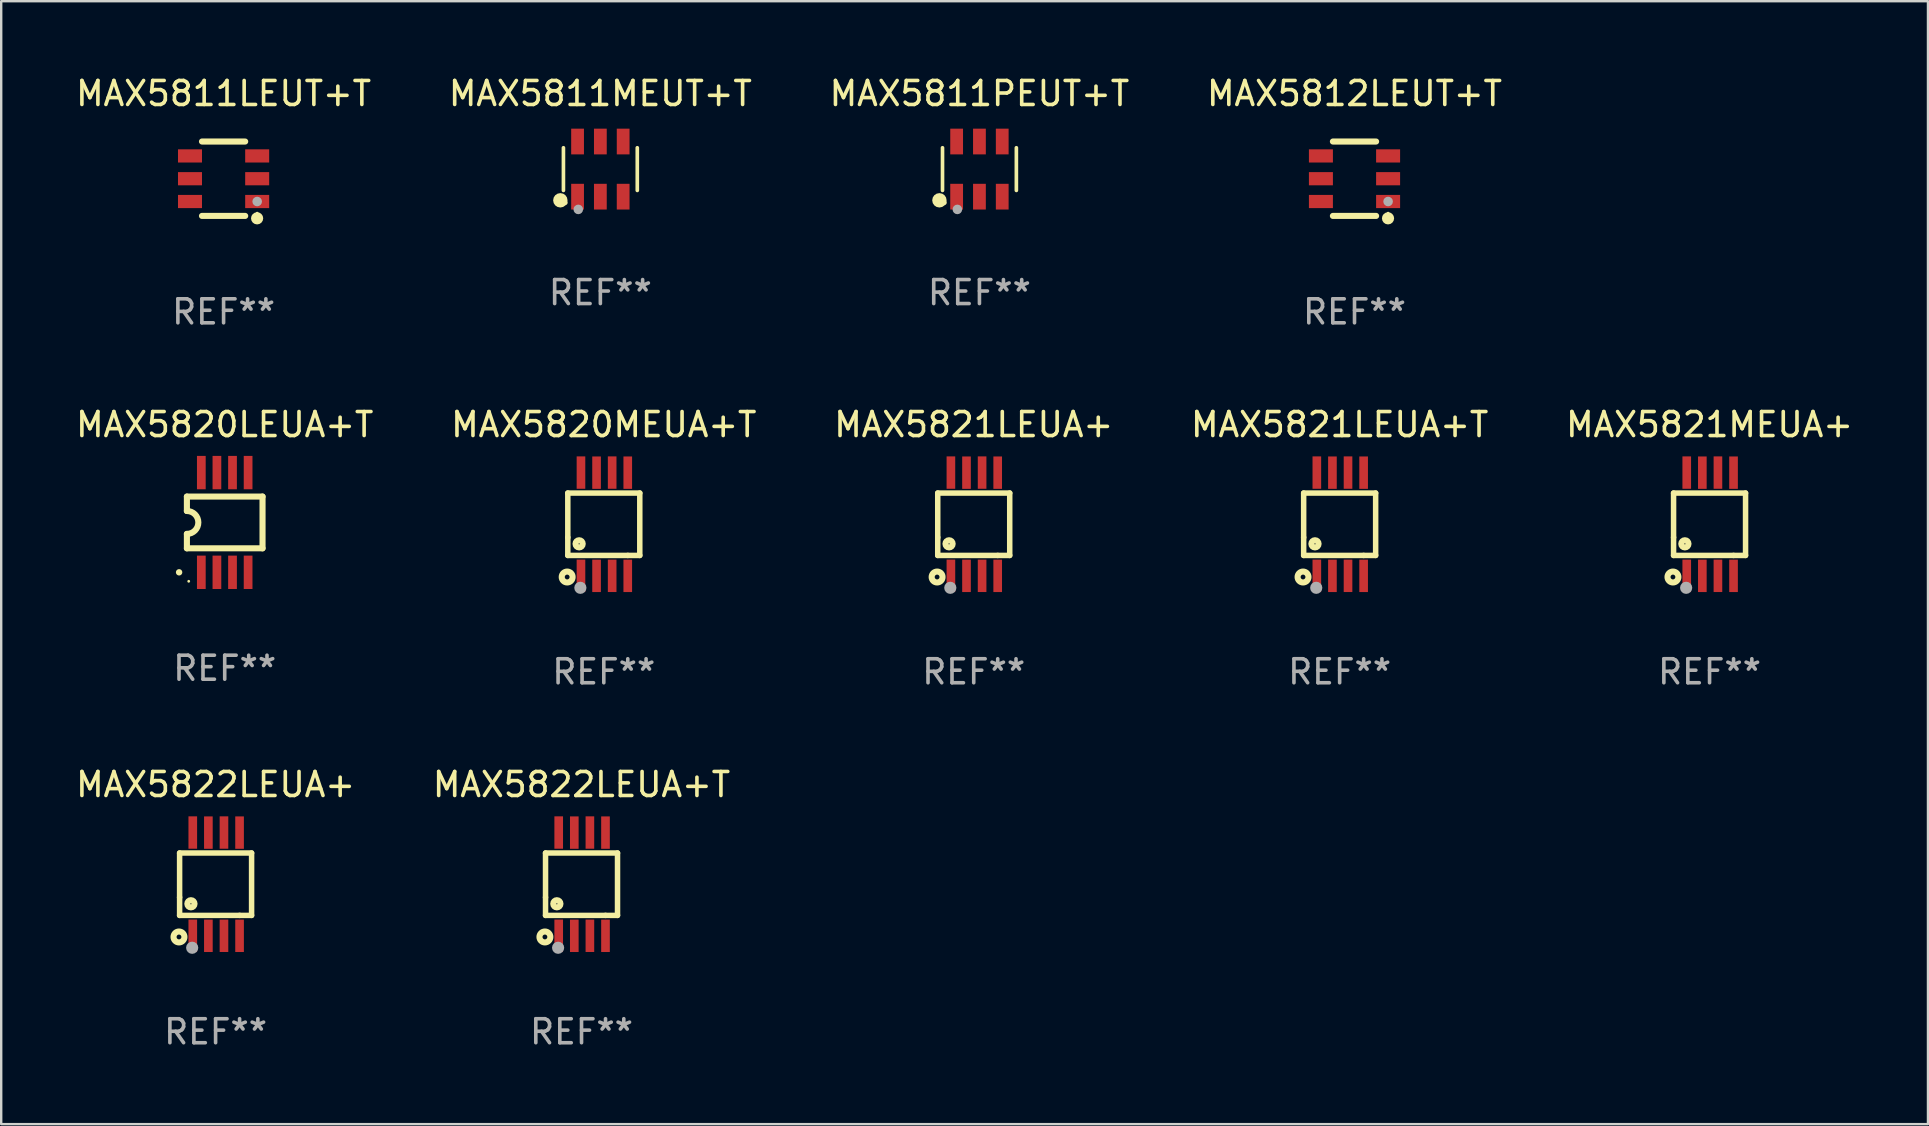
<source format=kicad_pcb>
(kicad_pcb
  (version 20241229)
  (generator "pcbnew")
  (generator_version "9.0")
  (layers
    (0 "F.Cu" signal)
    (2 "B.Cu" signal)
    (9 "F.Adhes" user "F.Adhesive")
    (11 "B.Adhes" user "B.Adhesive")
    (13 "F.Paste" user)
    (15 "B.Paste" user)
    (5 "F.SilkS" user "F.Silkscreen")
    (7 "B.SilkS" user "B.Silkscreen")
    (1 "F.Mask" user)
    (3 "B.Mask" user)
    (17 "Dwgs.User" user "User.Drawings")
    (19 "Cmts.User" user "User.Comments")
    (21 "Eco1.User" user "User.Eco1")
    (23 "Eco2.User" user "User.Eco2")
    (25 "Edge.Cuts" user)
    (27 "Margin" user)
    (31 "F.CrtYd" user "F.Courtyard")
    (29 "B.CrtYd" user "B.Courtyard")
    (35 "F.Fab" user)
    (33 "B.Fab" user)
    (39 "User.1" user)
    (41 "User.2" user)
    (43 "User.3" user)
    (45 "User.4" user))
  (footprint "MAX5821LEUA+"
    (layer "F.Cu")
    (at 37.53 18.797)
    (property "Reference" "MAX5821LEUA+" (at 0 -4.152 0) (layer "F.SilkS") (effects (font (size 1 1) (thickness 0.15))))
    (attr through_hole)
    (fp_line (start -1.5 1.301) (end 1 1.301) (stroke (width 0.229) (type solid)) (layer "F.SilkS"))
    (fp_line (start -1.5 -1.299) (end -1.5 0.551) (stroke (width 0.229) (type solid)) (layer "F.SilkS"))
    (fp_line (start -1.5 0.551) (end -1.5 1.301) (stroke (width 0.229) (type solid)) (layer "F.SilkS"))
    (fp_line (start 1 1.301) (end 1.5 1.301) (stroke (width 0.229) (type solid)) (layer "F.SilkS"))
    (fp_line (start 1.5 1.301) (end 1.5 -1.299) (stroke (width 0.229) (type solid)) (layer "F.SilkS"))
    (fp_line (start 1.5 -1.299) (end -1.5 -1.299) (stroke (width 0.229) (type solid)) (layer "F.SilkS"))
    (fp_circle (center -1.526 2.2) (end -1.426 2.2) (stroke (width 0.254) (type solid)) (fill no) (layer "F.SilkS"))
    (fp_circle (center -1.476 2.45) (end -1.446 2.45) (stroke (width 0.06) (type solid)) (fill no) (layer "F.SilkS"))
    (fp_circle (center -1.028 0.817) (end -0.878 0.817) (stroke (width 0.254) (type solid)) (fill no) (layer "F.SilkS"))
    (fp_circle (center -0.976 2.65) (end -0.849 2.65) (stroke (width 0.254) (type solid)) (fill no) (layer "F.Fab"))
    (fp_text user "REF**" (at 0 6.152 0) (layer "F.Fab") (effects (font (size 1 1) (thickness 0.15))))
    (pad "1" smd rect (at -0.951 2.15) (size 0.36 1.35) (layers "F.Cu" "F.Mask" "F.Paste"))
    (pad "2" smd rect (at -0.301 2.152) (size 0.36 1.35) (layers "F.Cu" "F.Mask" "F.Paste"))
    (pad "3" smd rect (at 0.349 2.151) (size 0.36 1.35) (layers "F.Cu" "F.Mask" "F.Paste"))
    (pad "4" smd rect (at 0.999 2.152) (size 0.36 1.35) (layers "F.Cu" "F.Mask" "F.Paste"))
    (pad "5" smd rect (at 0.999 -2.149) (size 0.36 1.35) (layers "F.Cu" "F.Mask" "F.Paste"))
    (pad "6" smd rect (at 0.349 -2.152) (size 0.36 1.35) (layers "F.Cu" "F.Mask" "F.Paste"))
    (pad "7" smd rect (at -0.301 -2.149) (size 0.36 1.35) (layers "F.Cu" "F.Mask" "F.Paste"))
    (pad "8" smd rect (at -0.951 -2.152) (size 0.36 1.35) (layers "F.Cu" "F.Mask" "F.Paste")))
  (footprint "MAX5812LEUT+T"
    (layer "F.Cu")
    (at 53.399 4.398)
    (property "Reference" "MAX5812LEUT+T" (at 0 -3.55 0) (layer "F.SilkS") (effects (font (size 1 1) (thickness 0.15))))
    (attr through_hole)
    (fp_line (start -0.9 -1.55) (end 0.9 -1.55) (stroke (width 0.254) (type solid)) (layer "F.SilkS"))
    (fp_line (start -0.9 1.55) (end 0.9 1.55) (stroke (width 0.254) (type solid)) (layer "F.SilkS"))
    (fp_circle (center 1.397 1.651) (end 1.524 1.651) (stroke (width 0.254) (type solid)) (fill no) (layer "F.SilkS"))
    (fp_circle (center 1.4 1.435) (end 1.43 1.435) (stroke (width 0.06) (type solid)) (fill no) (layer "F.SilkS"))
    (fp_circle (center 1.4 0.95) (end 1.5 0.95) (stroke (width 0.2) (type solid)) (fill no) (layer "F.Fab"))
    (fp_text user "REF**" (at 0 5.55 0) (layer "F.Fab") (effects (font (size 1 1) (thickness 0.15))))
    (pad "1" smd rect (at 1.4 0.95) (size 1 0.55) (layers "F.Cu" "F.Mask" "F.Paste"))
    (pad "2" smd rect (at 1.4 -0.000102) (size 1 0.55) (layers "F.Cu" "F.Mask" "F.Paste"))
    (pad "3" smd rect (at 1.4 -0.95) (size 1 0.55) (layers "F.Cu" "F.Mask" "F.Paste"))
    (pad "4" smd rect (at -1.4 -0.95) (size 1 0.55) (layers "F.Cu" "F.Mask" "F.Paste"))
    (pad "5" smd rect (at -1.4 -0.000102) (size 1 0.55) (layers "F.Cu" "F.Mask" "F.Paste"))
    (pad "6" smd rect (at -1.4 0.95) (size 1 0.55) (layers "F.Cu" "F.Mask" "F.Paste")))
  (footprint "MAX5821LEUA+T"
    (layer "F.Cu")
    (at 52.78 18.797)
    (property "Reference" "MAX5821LEUA+T" (at 0 -4.152 0) (layer "F.SilkS") (effects (font (size 1 1) (thickness 0.15))))
    (attr through_hole)
    (fp_line (start -1.5 1.301) (end 1 1.301) (stroke (width 0.229) (type solid)) (layer "F.SilkS"))
    (fp_line (start -1.5 -1.299) (end -1.5 0.551) (stroke (width 0.229) (type solid)) (layer "F.SilkS"))
    (fp_line (start -1.5 0.551) (end -1.5 1.301) (stroke (width 0.229) (type solid)) (layer "F.SilkS"))
    (fp_line (start 1 1.301) (end 1.5 1.301) (stroke (width 0.229) (type solid)) (layer "F.SilkS"))
    (fp_line (start 1.5 1.301) (end 1.5 -1.299) (stroke (width 0.229) (type solid)) (layer "F.SilkS"))
    (fp_line (start 1.5 -1.299) (end -1.5 -1.299) (stroke (width 0.229) (type solid)) (layer "F.SilkS"))
    (fp_circle (center -1.526 2.2) (end -1.426 2.2) (stroke (width 0.254) (type solid)) (fill no) (layer "F.SilkS"))
    (fp_circle (center -1.476 2.45) (end -1.446 2.45) (stroke (width 0.06) (type solid)) (fill no) (layer "F.SilkS"))
    (fp_circle (center -1.028 0.817) (end -0.878 0.817) (stroke (width 0.254) (type solid)) (fill no) (layer "F.SilkS"))
    (fp_circle (center -0.976 2.65) (end -0.849 2.65) (stroke (width 0.254) (type solid)) (fill no) (layer "F.Fab"))
    (fp_text user "REF**" (at 0 6.152 0) (layer "F.Fab") (effects (font (size 1 1) (thickness 0.15))))
    (pad "1" smd rect (at -0.951 2.15) (size 0.36 1.35) (layers "F.Cu" "F.Mask" "F.Paste"))
    (pad "2" smd rect (at -0.301 2.152) (size 0.36 1.35) (layers "F.Cu" "F.Mask" "F.Paste"))
    (pad "3" smd rect (at 0.349 2.151) (size 0.36 1.35) (layers "F.Cu" "F.Mask" "F.Paste"))
    (pad "4" smd rect (at 0.999 2.152) (size 0.36 1.35) (layers "F.Cu" "F.Mask" "F.Paste"))
    (pad "5" smd rect (at 0.999 -2.149) (size 0.36 1.35) (layers "F.Cu" "F.Mask" "F.Paste"))
    (pad "6" smd rect (at 0.349 -2.152) (size 0.36 1.35) (layers "F.Cu" "F.Mask" "F.Paste"))
    (pad "7" smd rect (at -0.301 -2.149) (size 0.36 1.35) (layers "F.Cu" "F.Mask" "F.Paste"))
    (pad "8" smd rect (at -0.951 -2.152) (size 0.36 1.35) (layers "F.Cu" "F.Mask" "F.Paste")))
  (footprint "MAX5821MEUA+"
    (layer "F.Cu")
    (at 68.196 18.797)
    (property "Reference" "MAX5821MEUA+" (at 0 -4.152 0) (layer "F.SilkS") (effects (font (size 1 1) (thickness 0.15))))
    (attr through_hole)
    (fp_line (start -1.5 1.301) (end 1 1.301) (stroke (width 0.229) (type solid)) (layer "F.SilkS"))
    (fp_line (start -1.5 -1.299) (end -1.5 0.551) (stroke (width 0.229) (type solid)) (layer "F.SilkS"))
    (fp_line (start -1.5 0.551) (end -1.5 1.301) (stroke (width 0.229) (type solid)) (layer "F.SilkS"))
    (fp_line (start 1 1.301) (end 1.5 1.301) (stroke (width 0.229) (type solid)) (layer "F.SilkS"))
    (fp_line (start 1.5 1.301) (end 1.5 -1.299) (stroke (width 0.229) (type solid)) (layer "F.SilkS"))
    (fp_line (start 1.5 -1.299) (end -1.5 -1.299) (stroke (width 0.229) (type solid)) (layer "F.SilkS"))
    (fp_circle (center -1.526 2.2) (end -1.426 2.2) (stroke (width 0.254) (type solid)) (fill no) (layer "F.SilkS"))
    (fp_circle (center -1.476 2.45) (end -1.446 2.45) (stroke (width 0.06) (type solid)) (fill no) (layer "F.SilkS"))
    (fp_circle (center -1.028 0.817) (end -0.878 0.817) (stroke (width 0.254) (type solid)) (fill no) (layer "F.SilkS"))
    (fp_circle (center -0.976 2.65) (end -0.849 2.65) (stroke (width 0.254) (type solid)) (fill no) (layer "F.Fab"))
    (fp_text user "REF**" (at 0 6.152 0) (layer "F.Fab") (effects (font (size 1 1) (thickness 0.15))))
    (pad "1" smd rect (at -0.951 2.15) (size 0.36 1.35) (layers "F.Cu" "F.Mask" "F.Paste"))
    (pad "2" smd rect (at -0.301 2.152) (size 0.36 1.35) (layers "F.Cu" "F.Mask" "F.Paste"))
    (pad "3" smd rect (at 0.349 2.151) (size 0.36 1.35) (layers "F.Cu" "F.Mask" "F.Paste"))
    (pad "4" smd rect (at 0.999 2.152) (size 0.36 1.35) (layers "F.Cu" "F.Mask" "F.Paste"))
    (pad "5" smd rect (at 0.999 -2.149) (size 0.36 1.35) (layers "F.Cu" "F.Mask" "F.Paste"))
    (pad "6" smd rect (at 0.349 -2.152) (size 0.36 1.35) (layers "F.Cu" "F.Mask" "F.Paste"))
    (pad "7" smd rect (at -0.301 -2.149) (size 0.36 1.35) (layers "F.Cu" "F.Mask" "F.Paste"))
    (pad "8" smd rect (at -0.951 -2.152) (size 0.36 1.35) (layers "F.Cu" "F.Mask" "F.Paste")))
  (footprint "MAX5811PEUT+T"
    (layer "F.Cu")
    (at 37.768 3.997)
    (property "Reference" "MAX5811PEUT+T" (at 0 -3.149 0) (layer "F.SilkS") (effects (font (size 1 1) (thickness 0.15))))
    (attr through_hole)
    (fp_line (start -1.539 0.889) (end -1.539 -0.889) (stroke (width 0.152) (type solid)) (layer "F.SilkS"))
    (fp_line (start 1.539 0.889) (end 1.539 -0.889) (stroke (width 0.152) (type solid)) (layer "F.SilkS"))
    (fp_circle (center -1.668 1.301) (end -1.518 1.301) (stroke (width 0.3) (type solid)) (fill no) (layer "F.SilkS"))
    (fp_circle (center -1.463 1.4) (end -1.413 1.4) (stroke (width 0.1) (type solid)) (fill no) (layer "F.SilkS"))
    (fp_circle (center -0.92 1.68) (end -0.82 1.68) (stroke (width 0.2) (type solid)) (fill no) (layer "F.Fab"))
    (fp_text user "REF**" (at 0 5.149 0) (layer "F.Fab") (effects (font (size 1 1) (thickness 0.15))))
    (pad "1" smd rect (at -0.95 1.149) (size 0.532 1.072) (layers "F.Cu" "F.Mask" "F.Paste"))
    (pad "2" smd rect (at 0 1.149) (size 0.532 1.072) (layers "F.Cu" "F.Mask" "F.Paste"))
    (pad "3" smd rect (at 0.95 1.149) (size 0.532 1.072) (layers "F.Cu" "F.Mask" "F.Paste"))
    (pad "4" smd rect (at 0.95 -1.149) (size 0.532 1.072) (layers "F.Cu" "F.Mask" "F.Paste"))
    (pad "5" smd rect (at 0 -1.149) (size 0.532 1.072) (layers "F.Cu" "F.Mask" "F.Paste"))
    (pad "6" smd rect (at -0.95 -1.149) (size 0.532 1.072) (layers "F.Cu" "F.Mask" "F.Paste")))
  (footprint "MAX5820LEUA+T"
    (layer "F.Cu")
    (at 6.315 18.723)
    (property "Reference" "MAX5820LEUA+T" (at 0 -4.078 0) (layer "F.SilkS") (effects (font (size 1 1) (thickness 0.15))))
    (attr through_hole)
    (fp_line (start -1.576 -1.078) (end -1.576 -0.478) (stroke (width 0.254) (type solid)) (layer "F.SilkS"))
    (fp_line (start -1.576 -1.078) (end 1.576 -1.078) (stroke (width 0.254) (type solid)) (layer "F.SilkS"))
    (fp_line (start -1.576 1.078) (end -1.576 0.478) (stroke (width 0.254) (type solid)) (layer "F.SilkS"))
    (fp_line (start 1.576 -1.078) (end 1.576 1.078) (stroke (width 0.254) (type solid)) (layer "F.SilkS"))
    (fp_line (start 1.576 1.078) (end -1.576 1.078) (stroke (width 0.254) (type solid)) (layer "F.SilkS"))
    (fp_arc (start -1.577343 -0.47752) (mid -1.099721 -0.000481) (end -1.5762 0.477699) (stroke (width 0.254001) (type solid)) (layer "F.SilkS"))
    (fp_circle (center -1.901 2.078) (end -1.834 2.078) (stroke (width 0.134) (type solid)) (fill no) (layer "F.SilkS"))
    (fp_circle (center -1.5 2.452) (end -1.47 2.452) (stroke (width 0.06) (type solid)) (fill no) (layer "F.SilkS"))
    (fp_text user "REF**" (at 0 6.078 0) (layer "F.Fab") (effects (font (size 1 1) (thickness 0.15))))
    (pad "1" smd rect (at -0.975 2.078) (size 0.364 1.391) (layers "F.Cu" "F.Mask" "F.Paste"))
    (pad "2" smd rect (at -0.325 2.078) (size 0.364 1.391) (layers "F.Cu" "F.Mask" "F.Paste"))
    (pad "3" smd rect (at 0.325 2.078) (size 0.364 1.391) (layers "F.Cu" "F.Mask" "F.Paste"))
    (pad "4" smd rect (at 0.975 2.078) (size 0.364 1.391) (layers "F.Cu" "F.Mask" "F.Paste"))
    (pad "5" smd rect (at 0.975 -2.078) (size 0.364 1.391) (layers "F.Cu" "F.Mask" "F.Paste"))
    (pad "6" smd rect (at 0.325 -2.078) (size 0.364 1.391) (layers "F.Cu" "F.Mask" "F.Paste"))
    (pad "7" smd rect (at -0.325 -2.078) (size 0.364 1.391) (layers "F.Cu" "F.Mask" "F.Paste"))
    (pad "8" smd rect (at -0.975 -2.078) (size 0.364 1.391) (layers "F.Cu" "F.Mask" "F.Paste")))
  (footprint "MAX5811MEUT+T"
    (layer "F.Cu")
    (at 21.97 3.997)
    (property "Reference" "MAX5811MEUT+T" (at 0 -3.149 0) (layer "F.SilkS") (effects (font (size 1 1) (thickness 0.15))))
    (attr through_hole)
    (fp_line (start -1.539 0.889) (end -1.539 -0.889) (stroke (width 0.152) (type solid)) (layer "F.SilkS"))
    (fp_line (start 1.539 0.889) (end 1.539 -0.889) (stroke (width 0.152) (type solid)) (layer "F.SilkS"))
    (fp_circle (center -1.668 1.301) (end -1.518 1.301) (stroke (width 0.3) (type solid)) (fill no) (layer "F.SilkS"))
    (fp_circle (center -1.463 1.4) (end -1.413 1.4) (stroke (width 0.1) (type solid)) (fill no) (layer "F.SilkS"))
    (fp_circle (center -0.92 1.68) (end -0.82 1.68) (stroke (width 0.2) (type solid)) (fill no) (layer "F.Fab"))
    (fp_text user "REF**" (at 0 5.149 0) (layer "F.Fab") (effects (font (size 1 1) (thickness 0.15))))
    (pad "1" smd rect (at -0.95 1.149) (size 0.532 1.072) (layers "F.Cu" "F.Mask" "F.Paste"))
    (pad "2" smd rect (at 0 1.149) (size 0.532 1.072) (layers "F.Cu" "F.Mask" "F.Paste"))
    (pad "3" smd rect (at 0.95 1.149) (size 0.532 1.072) (layers "F.Cu" "F.Mask" "F.Paste"))
    (pad "4" smd rect (at 0.95 -1.149) (size 0.532 1.072) (layers "F.Cu" "F.Mask" "F.Paste"))
    (pad "5" smd rect (at 0 -1.149) (size 0.532 1.072) (layers "F.Cu" "F.Mask" "F.Paste"))
    (pad "6" smd rect (at -0.95 -1.149) (size 0.532 1.072) (layers "F.Cu" "F.Mask" "F.Paste")))
  (footprint "MAX5822LEUA+"
    (layer "F.Cu")
    (at 5.935 33.798)
    (property "Reference" "MAX5822LEUA+" (at 0 -4.152 0) (layer "F.SilkS") (effects (font (size 1 1) (thickness 0.15))))
    (attr through_hole)
    (fp_line (start -1.5 1.301) (end 1 1.301) (stroke (width 0.229) (type solid)) (layer "F.SilkS"))
    (fp_line (start -1.5 -1.299) (end -1.5 0.551) (stroke (width 0.229) (type solid)) (layer "F.SilkS"))
    (fp_line (start -1.5 0.551) (end -1.5 1.301) (stroke (width 0.229) (type solid)) (layer "F.SilkS"))
    (fp_line (start 1 1.301) (end 1.5 1.301) (stroke (width 0.229) (type solid)) (layer "F.SilkS"))
    (fp_line (start 1.5 1.301) (end 1.5 -1.299) (stroke (width 0.229) (type solid)) (layer "F.SilkS"))
    (fp_line (start 1.5 -1.299) (end -1.5 -1.299) (stroke (width 0.229) (type solid)) (layer "F.SilkS"))
    (fp_circle (center -1.526 2.2) (end -1.426 2.2) (stroke (width 0.254) (type solid)) (fill no) (layer "F.SilkS"))
    (fp_circle (center -1.476 2.45) (end -1.446 2.45) (stroke (width 0.06) (type solid)) (fill no) (layer "F.SilkS"))
    (fp_circle (center -1.028 0.817) (end -0.878 0.817) (stroke (width 0.254) (type solid)) (fill no) (layer "F.SilkS"))
    (fp_circle (center -0.976 2.65) (end -0.849 2.65) (stroke (width 0.254) (type solid)) (fill no) (layer "F.Fab"))
    (fp_text user "REF**" (at 0 6.152 0) (layer "F.Fab") (effects (font (size 1 1) (thickness 0.15))))
    (pad "1" smd rect (at -0.951 2.15) (size 0.36 1.35) (layers "F.Cu" "F.Mask" "F.Paste"))
    (pad "2" smd rect (at -0.301 2.152) (size 0.36 1.35) (layers "F.Cu" "F.Mask" "F.Paste"))
    (pad "3" smd rect (at 0.349 2.151) (size 0.36 1.35) (layers "F.Cu" "F.Mask" "F.Paste"))
    (pad "4" smd rect (at 0.999 2.152) (size 0.36 1.35) (layers "F.Cu" "F.Mask" "F.Paste"))
    (pad "5" smd rect (at 0.999 -2.149) (size 0.36 1.35) (layers "F.Cu" "F.Mask" "F.Paste"))
    (pad "6" smd rect (at 0.349 -2.152) (size 0.36 1.35) (layers "F.Cu" "F.Mask" "F.Paste"))
    (pad "7" smd rect (at -0.301 -2.149) (size 0.36 1.35) (layers "F.Cu" "F.Mask" "F.Paste"))
    (pad "8" smd rect (at -0.951 -2.152) (size 0.36 1.35) (layers "F.Cu" "F.Mask" "F.Paste")))
  (footprint "MAX5822LEUA+T"
    (layer "F.Cu")
    (at 21.185 33.798)
    (property "Reference" "MAX5822LEUA+T" (at 0 -4.152 0) (layer "F.SilkS") (effects (font (size 1 1) (thickness 0.15))))
    (attr through_hole)
    (fp_line (start -1.5 1.301) (end 1 1.301) (stroke (width 0.229) (type solid)) (layer "F.SilkS"))
    (fp_line (start -1.5 -1.299) (end -1.5 0.551) (stroke (width 0.229) (type solid)) (layer "F.SilkS"))
    (fp_line (start -1.5 0.551) (end -1.5 1.301) (stroke (width 0.229) (type solid)) (layer "F.SilkS"))
    (fp_line (start 1 1.301) (end 1.5 1.301) (stroke (width 0.229) (type solid)) (layer "F.SilkS"))
    (fp_line (start 1.5 1.301) (end 1.5 -1.299) (stroke (width 0.229) (type solid)) (layer "F.SilkS"))
    (fp_line (start 1.5 -1.299) (end -1.5 -1.299) (stroke (width 0.229) (type solid)) (layer "F.SilkS"))
    (fp_circle (center -1.526 2.2) (end -1.426 2.2) (stroke (width 0.254) (type solid)) (fill no) (layer "F.SilkS"))
    (fp_circle (center -1.476 2.45) (end -1.446 2.45) (stroke (width 0.06) (type solid)) (fill no) (layer "F.SilkS"))
    (fp_circle (center -1.028 0.817) (end -0.878 0.817) (stroke (width 0.254) (type solid)) (fill no) (layer "F.SilkS"))
    (fp_circle (center -0.976 2.65) (end -0.849 2.65) (stroke (width 0.254) (type solid)) (fill no) (layer "F.Fab"))
    (fp_text user "REF**" (at 0 6.152 0) (layer "F.Fab") (effects (font (size 1 1) (thickness 0.15))))
    (pad "1" smd rect (at -0.951 2.15) (size 0.36 1.35) (layers "F.Cu" "F.Mask" "F.Paste"))
    (pad "2" smd rect (at -0.301 2.152) (size 0.36 1.35) (layers "F.Cu" "F.Mask" "F.Paste"))
    (pad "3" smd rect (at 0.349 2.151) (size 0.36 1.35) (layers "F.Cu" "F.Mask" "F.Paste"))
    (pad "4" smd rect (at 0.999 2.152) (size 0.36 1.35) (layers "F.Cu" "F.Mask" "F.Paste"))
    (pad "5" smd rect (at 0.999 -2.149) (size 0.36 1.35) (layers "F.Cu" "F.Mask" "F.Paste"))
    (pad "6" smd rect (at 0.349 -2.152) (size 0.36 1.35) (layers "F.Cu" "F.Mask" "F.Paste"))
    (pad "7" smd rect (at -0.301 -2.149) (size 0.36 1.35) (layers "F.Cu" "F.Mask" "F.Paste"))
    (pad "8" smd rect (at -0.951 -2.152) (size 0.36 1.35) (layers "F.Cu" "F.Mask" "F.Paste")))
  (footprint "MAX5820MEUA+T"
    (layer "F.Cu")
    (at 22.113 18.797)
    (property "Reference" "MAX5820MEUA+T" (at 0 -4.152 0) (layer "F.SilkS") (effects (font (size 1 1) (thickness 0.15))))
    (attr through_hole)
    (fp_line (start -1.5 1.301) (end 1 1.301) (stroke (width 0.229) (type solid)) (layer "F.SilkS"))
    (fp_line (start -1.5 -1.299) (end -1.5 0.551) (stroke (width 0.229) (type solid)) (layer "F.SilkS"))
    (fp_line (start -1.5 0.551) (end -1.5 1.301) (stroke (width 0.229) (type solid)) (layer "F.SilkS"))
    (fp_line (start 1 1.301) (end 1.5 1.301) (stroke (width 0.229) (type solid)) (layer "F.SilkS"))
    (fp_line (start 1.5 1.301) (end 1.5 -1.299) (stroke (width 0.229) (type solid)) (layer "F.SilkS"))
    (fp_line (start 1.5 -1.299) (end -1.5 -1.299) (stroke (width 0.229) (type solid)) (layer "F.SilkS"))
    (fp_circle (center -1.526 2.2) (end -1.426 2.2) (stroke (width 0.254) (type solid)) (fill no) (layer "F.SilkS"))
    (fp_circle (center -1.476 2.45) (end -1.446 2.45) (stroke (width 0.06) (type solid)) (fill no) (layer "F.SilkS"))
    (fp_circle (center -1.028 0.817) (end -0.878 0.817) (stroke (width 0.254) (type solid)) (fill no) (layer "F.SilkS"))
    (fp_circle (center -0.976 2.65) (end -0.849 2.65) (stroke (width 0.254) (type solid)) (fill no) (layer "F.Fab"))
    (fp_text user "REF**" (at 0 6.152 0) (layer "F.Fab") (effects (font (size 1 1) (thickness 0.15))))
    (pad "1" smd rect (at -0.951 2.15) (size 0.36 1.35) (layers "F.Cu" "F.Mask" "F.Paste"))
    (pad "2" smd rect (at -0.301 2.152) (size 0.36 1.35) (layers "F.Cu" "F.Mask" "F.Paste"))
    (pad "3" smd rect (at 0.349 2.151) (size 0.36 1.35) (layers "F.Cu" "F.Mask" "F.Paste"))
    (pad "4" smd rect (at 0.999 2.152) (size 0.36 1.35) (layers "F.Cu" "F.Mask" "F.Paste"))
    (pad "5" smd rect (at 0.999 -2.149) (size 0.36 1.35) (layers "F.Cu" "F.Mask" "F.Paste"))
    (pad "6" smd rect (at 0.349 -2.152) (size 0.36 1.35) (layers "F.Cu" "F.Mask" "F.Paste"))
    (pad "7" smd rect (at -0.301 -2.149) (size 0.36 1.35) (layers "F.Cu" "F.Mask" "F.Paste"))
    (pad "8" smd rect (at -0.951 -2.152) (size 0.36 1.35) (layers "F.Cu" "F.Mask" "F.Paste")))
  (footprint "MAX5811LEUT+T"
    (layer "F.Cu")
    (at 6.268 4.398)
    (property "Reference" "MAX5811LEUT+T" (at 0 -3.55 0) (layer "F.SilkS") (effects (font (size 1 1) (thickness 0.15))))
    (attr through_hole)
    (fp_line (start -0.9 -1.55) (end 0.9 -1.55) (stroke (width 0.254) (type solid)) (layer "F.SilkS"))
    (fp_line (start -0.9 1.55) (end 0.9 1.55) (stroke (width 0.254) (type solid)) (layer "F.SilkS"))
    (fp_circle (center 1.397 1.651) (end 1.524 1.651) (stroke (width 0.254) (type solid)) (fill no) (layer "F.SilkS"))
    (fp_circle (center 1.4 1.435) (end 1.43 1.435) (stroke (width 0.06) (type solid)) (fill no) (layer "F.SilkS"))
    (fp_circle (center 1.4 0.95) (end 1.5 0.95) (stroke (width 0.2) (type solid)) (fill no) (layer "F.Fab"))
    (fp_text user "REF**" (at 0 5.55 0) (layer "F.Fab") (effects (font (size 1 1) (thickness 0.15))))
    (pad "1" smd rect (at 1.4 0.95) (size 1 0.55) (layers "F.Cu" "F.Mask" "F.Paste"))
    (pad "2" smd rect (at 1.4 -0.000102) (size 1 0.55) (layers "F.Cu" "F.Mask" "F.Paste"))
    (pad "3" smd rect (at 1.4 -0.95) (size 1 0.55) (layers "F.Cu" "F.Mask" "F.Paste"))
    (pad "4" smd rect (at -1.4 -0.95) (size 1 0.55) (layers "F.Cu" "F.Mask" "F.Paste"))
    (pad "5" smd rect (at -1.4 -0.000102) (size 1 0.55) (layers "F.Cu" "F.Mask" "F.Paste"))
    (pad "6" smd rect (at -1.4 0.95) (size 1 0.55) (layers "F.Cu" "F.Mask" "F.Paste")))
  (gr_rect
    (start -3 -3)
    (end 77.298 43.798)
    (stroke (width 0.1) (type default))
    (fill no)
    (layer "Edge.Cuts")))
</source>
